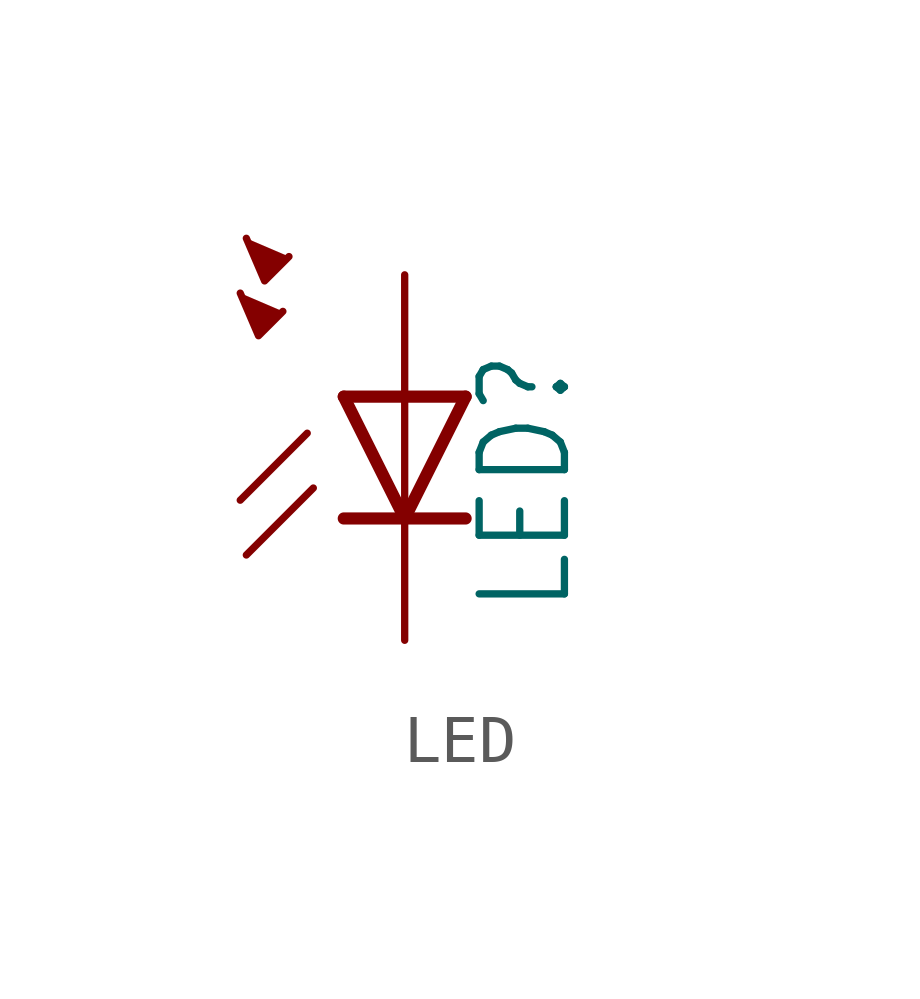
<source format=kicad_sym>
(kicad_symbol_lib
  (version 20241209)
  (generator "kicad_symbol_editor")
  (generator_version "9.0")
  (symbol "LED"
    (property "Reference" "LED"
      (at 3.556 -4.572 90)
      (effects (font (size 1.778 1.511)) (justify left bottom)))
    (property "Value" ""
      (at 5.715 -4.572 90)
      (effects (font (size 1.778 1.511)) (justify left bottom)))
    (property "ki_locked" ""
      (at 0 0 0)
      (effects (font (size 1.27 1.27))))
    (symbol "LED_1_0"
      (polyline (pts (xy -3.429 2.159) (xy -3.048 1.27) (xy -2.54 1.778)) (stroke (width 0.152) (type solid)) (fill (type outline)))
      (polyline (pts (xy -3.302 3.302) (xy -2.921 2.413) (xy -2.413 2.921)) (stroke (width 0.152) (type solid)) (fill (type outline)))
      (polyline (pts (xy -2.032 -0.762) (xy -3.429 -2.159)) (stroke (width 0.152) (type solid)) (fill (type none)))
      (polyline (pts (xy -1.905 -1.905) (xy -3.302 -3.302)) (stroke (width 0.152) (type solid)) (fill (type none)))
      (polyline (pts (xy 0 0) (xy -1.27 0)) (stroke (width 0.254) (type solid)) (fill (type none)))
      (polyline (pts (xy 0 0) (xy 0 -2.54)) (stroke (width 0.152) (type solid)) (fill (type none)))
      (polyline (pts (xy 0 -2.54) (xy -1.27 0)) (stroke (width 0.254) (type solid)) (fill (type none)))
      (polyline (pts (xy 0 -2.54) (xy -1.27 -2.54)) (stroke (width 0.254) (type solid)) (fill (type none)))
      (polyline (pts (xy 1.27 0) (xy 0 0)) (stroke (width 0.254) (type solid)) (fill (type none)))
      (polyline (pts (xy 1.27 0) (xy 0 -2.54)) (stroke (width 0.254) (type solid)) (fill (type none)))
      (polyline (pts (xy 1.27 -2.54) (xy 0 -2.54)) (stroke (width 0.254) (type solid)) (fill (type none)))
      (pin passive line (at 0 2.54 270) (length 2.54) (name "A" (effects (font (size 0 0)))) (number "A@1" (effects (font (size 0 0)))))
      (pin passive line (at 0 -5.08 90) (length 2.54) (name "C" (effects (font (size 0 0)))) (number "C@1" (effects (font (size 0 0))))))))
</source>
